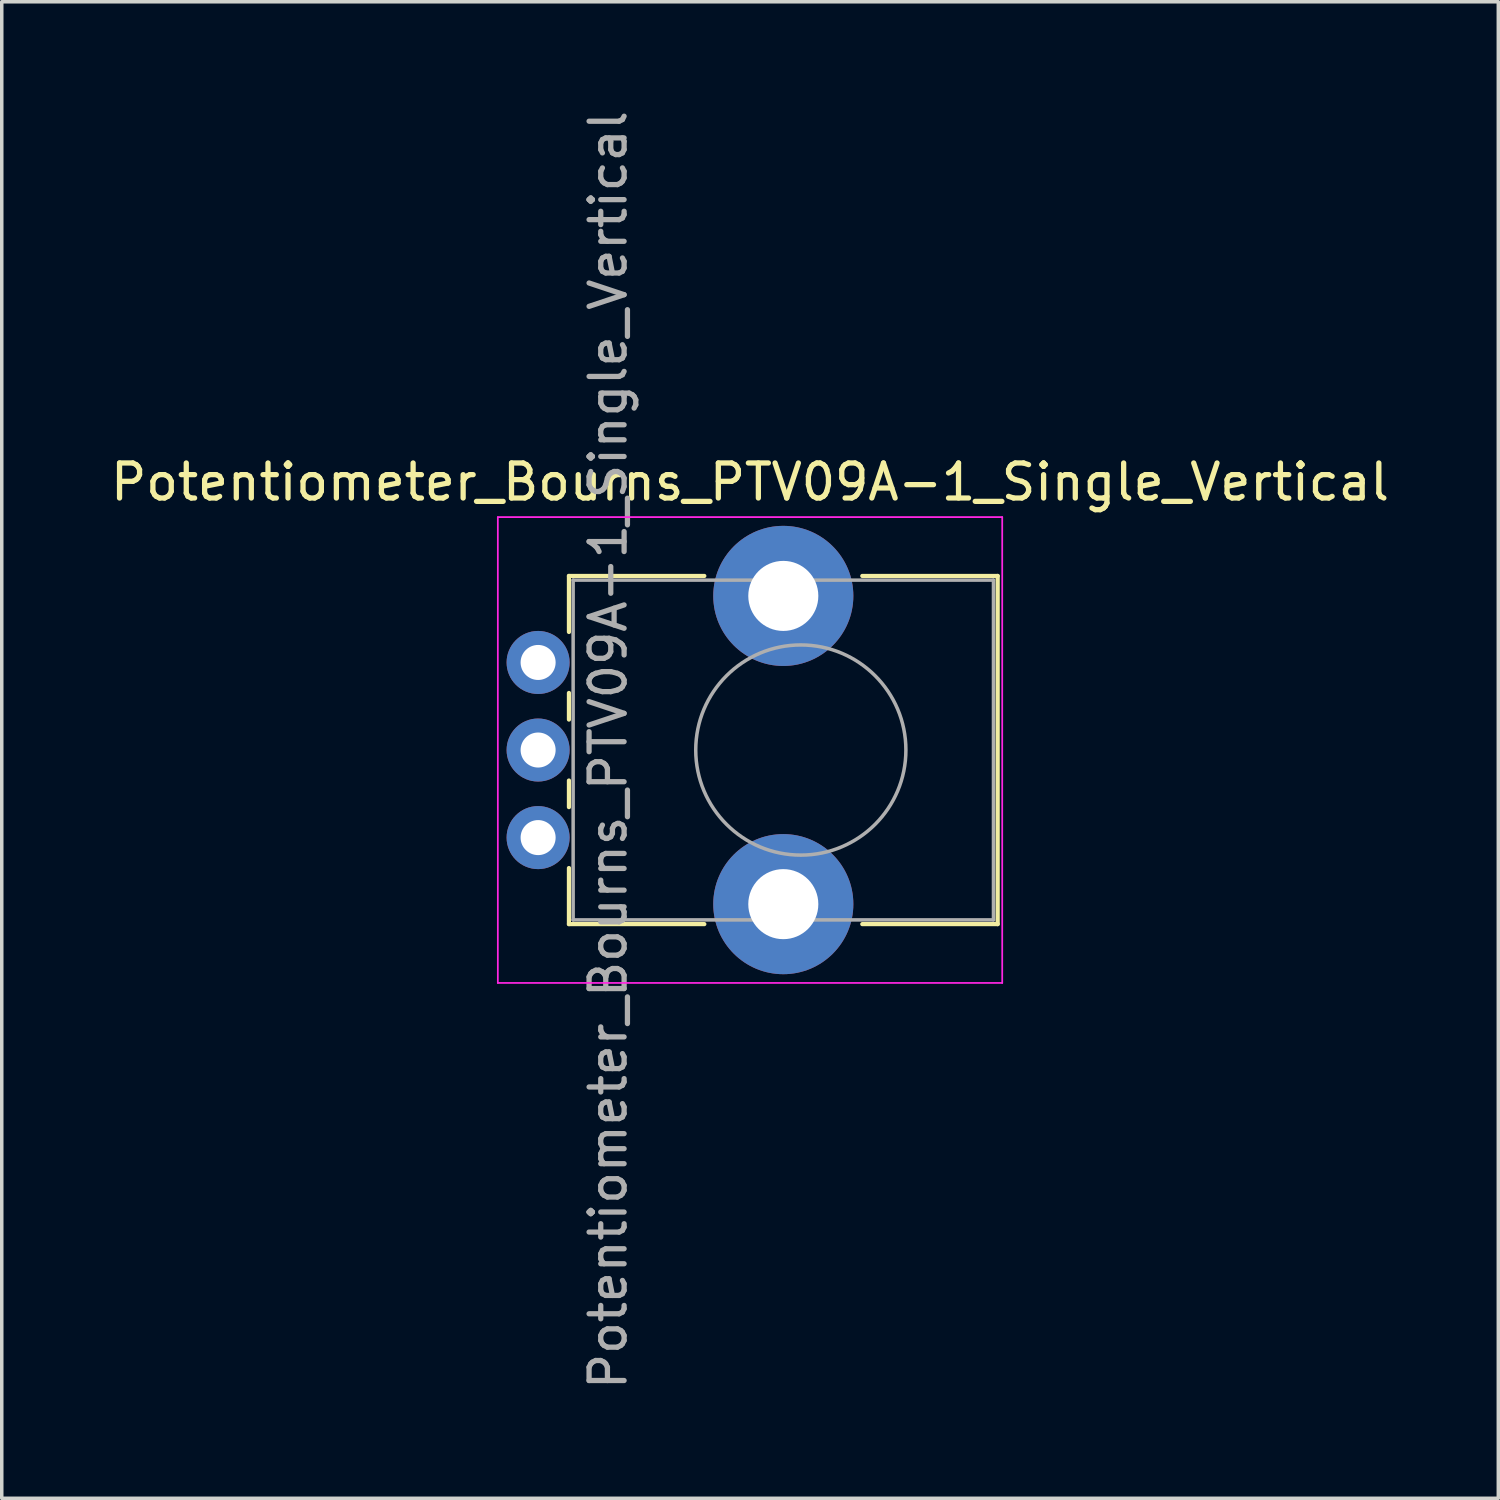
<source format=kicad_pcb>
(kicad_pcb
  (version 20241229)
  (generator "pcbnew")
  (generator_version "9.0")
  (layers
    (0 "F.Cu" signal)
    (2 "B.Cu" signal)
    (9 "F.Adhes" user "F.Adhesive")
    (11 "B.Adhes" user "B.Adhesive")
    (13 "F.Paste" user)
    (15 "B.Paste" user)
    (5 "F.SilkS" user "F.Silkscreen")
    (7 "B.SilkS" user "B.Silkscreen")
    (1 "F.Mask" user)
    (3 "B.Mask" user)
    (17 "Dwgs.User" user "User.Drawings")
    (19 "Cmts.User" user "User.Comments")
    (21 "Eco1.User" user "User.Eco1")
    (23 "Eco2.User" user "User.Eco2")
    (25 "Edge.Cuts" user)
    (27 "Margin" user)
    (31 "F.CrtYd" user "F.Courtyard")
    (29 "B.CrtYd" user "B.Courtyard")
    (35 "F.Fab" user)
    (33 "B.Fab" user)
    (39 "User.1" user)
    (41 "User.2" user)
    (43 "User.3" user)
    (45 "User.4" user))
  (footprint "Potentiometer_Bourns_PTV09A-1_Single_Vertical"
    (layer "F.Cu")
    (at 12.313 20.863)
    (property "Reference" "Potentiometer_Bourns_PTV09A-1_Single_Vertical" (at 6.05 -10.15 0) (layer "F.SilkS") (effects (font (size 1 1) (thickness 0.15))))
    (attr through_hole)
    (fp_line (start 0.88 -7.47) (end 0.88 -5.871) (stroke (width 0.12) (type solid)) (layer "F.SilkS"))
    (fp_line (start 0.88 -7.47) (end 4.745 -7.47) (stroke (width 0.12) (type solid)) (layer "F.SilkS"))
    (fp_line (start 0.88 -4.129) (end 0.88 -3.37) (stroke (width 0.12) (type solid)) (layer "F.SilkS"))
    (fp_line (start 0.88 -1.629) (end 0.88 -0.87) (stroke (width 0.12) (type solid)) (layer "F.SilkS"))
    (fp_line (start 0.88 0.87) (end 0.88 2.47) (stroke (width 0.12) (type solid)) (layer "F.SilkS"))
    (fp_line (start 0.88 2.47) (end 4.745 2.47) (stroke (width 0.12) (type solid)) (layer "F.SilkS"))
    (fp_line (start 9.255 -7.47) (end 13.12 -7.47) (stroke (width 0.12) (type solid)) (layer "F.SilkS"))
    (fp_line (start 9.255 2.47) (end 13.12 2.47) (stroke (width 0.12) (type solid)) (layer "F.SilkS"))
    (fp_line (start 13.12 -7.47) (end 13.12 2.47) (stroke (width 0.12) (type solid)) (layer "F.SilkS"))
    (fp_line (start -1.15 -9.15) (end -1.15 4.15) (stroke (width 0.05) (type solid)) (layer "F.CrtYd"))
    (fp_line (start -1.15 4.15) (end 13.25 4.15) (stroke (width 0.05) (type solid)) (layer "F.CrtYd"))
    (fp_line (start 13.25 -9.15) (end -1.15 -9.15) (stroke (width 0.05) (type solid)) (layer "F.CrtYd"))
    (fp_line (start 13.25 4.15) (end 13.25 -9.15) (stroke (width 0.05) (type solid)) (layer "F.CrtYd"))
    (fp_line (start 1 -7.35) (end 1 2.35) (stroke (width 0.1) (type solid)) (layer "F.Fab"))
    (fp_line (start 1 2.35) (end 13 2.35) (stroke (width 0.1) (type solid)) (layer "F.Fab"))
    (fp_line (start 13 -7.35) (end 1 -7.35) (stroke (width 0.1) (type solid)) (layer "F.Fab"))
    (fp_line (start 13 2.35) (end 13 -7.35) (stroke (width 0.1) (type solid)) (layer "F.Fab"))
    (fp_circle (center 7.5 -2.5) (end 10.5 -2.5) (stroke (width 0.1) (type solid)) (fill no) (layer "F.Fab"))
    (fp_text user "${REFERENCE}" (at 2 -2.5 90) (layer "F.Fab") (effects (font (size 1 1) (thickness 0.15))))
    (pad "1" thru_hole circle (at 0 0) (size 1.8 1.8) (drill 1) (layers "*.Cu" "*.Mask"))
    (pad "2" thru_hole circle (at 0 -2.5) (size 1.8 1.8) (drill 1) (layers "*.Cu" "*.Mask"))
    (pad "3" thru_hole circle (at 0 -5) (size 1.8 1.8) (drill 1) (layers "*.Cu" "*.Mask"))
    (pad "NC1" thru_hole circle (at 7 -6.9) (size 4 4) (drill 2) (layers "*.Cu" "*.Mask"))
    (pad "NC2" thru_hole circle (at 7 1.9) (size 4 4) (drill 2) (layers "*.Cu" "*.Mask")))
  (gr_rect
    (start -3 -3)
    (end 39.726 39.726)
    (stroke (width 0.1) (type default))
    (fill no)
    (layer "Edge.Cuts")))
</source>
